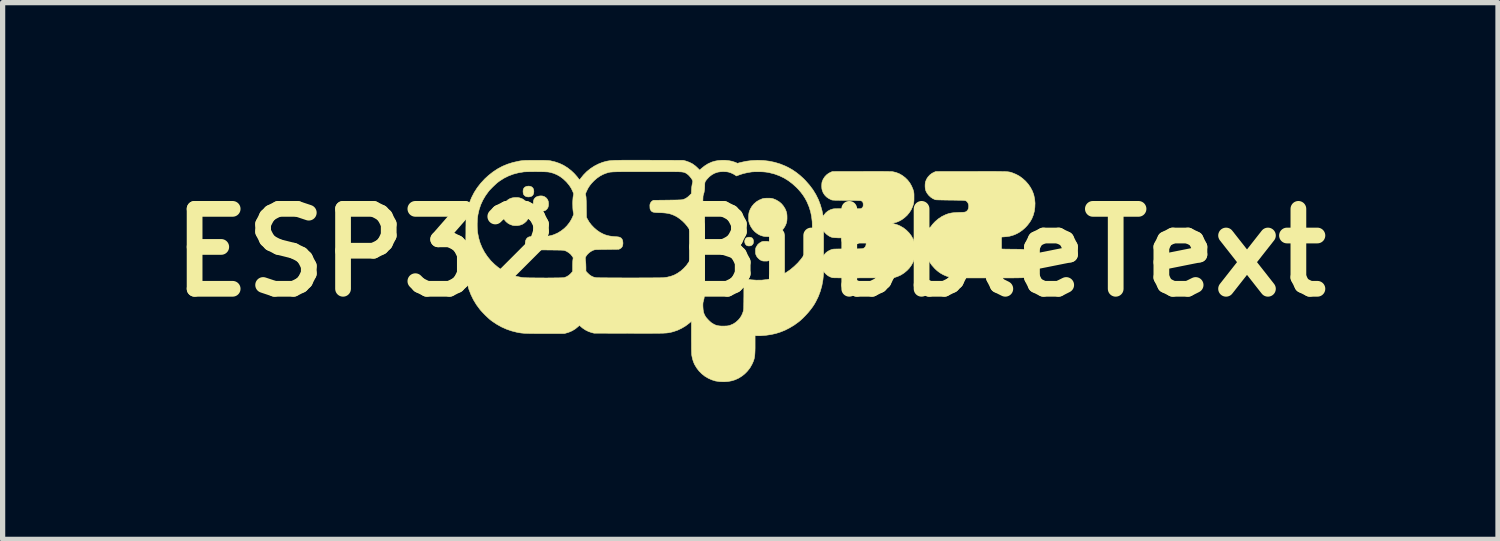
<source format=kicad_pcb>
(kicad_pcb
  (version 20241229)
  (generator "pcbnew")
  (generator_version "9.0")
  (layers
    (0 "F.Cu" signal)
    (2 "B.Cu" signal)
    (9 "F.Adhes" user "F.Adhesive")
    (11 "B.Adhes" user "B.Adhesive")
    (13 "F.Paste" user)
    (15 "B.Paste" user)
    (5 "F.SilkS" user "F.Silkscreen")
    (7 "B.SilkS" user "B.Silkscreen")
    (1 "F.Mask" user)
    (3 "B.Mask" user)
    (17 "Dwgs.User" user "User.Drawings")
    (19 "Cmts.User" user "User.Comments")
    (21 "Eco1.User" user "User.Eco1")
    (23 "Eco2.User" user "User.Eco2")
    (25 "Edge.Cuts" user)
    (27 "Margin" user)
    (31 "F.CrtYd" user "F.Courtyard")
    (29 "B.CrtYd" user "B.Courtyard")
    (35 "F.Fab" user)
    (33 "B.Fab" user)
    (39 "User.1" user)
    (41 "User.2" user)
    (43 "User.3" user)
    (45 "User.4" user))
  (footprint "ESP32__BubbleText"
    (layer "F.Cu")
    (at 11.256 1.767)
    (property "Reference" "ESP32__BubbleText" (at 0 0 0) (layer "F.SilkS") (effects (font (size 1.524 1.524) (thickness 0.3))))
    (attr through_hole)
    (fp_poly (pts (xy 0.009 -0.291) (xy 0.033 -0.28) (xy 0.049 -0.262) (xy 0.059 -0.236) (xy 0.061 -0.21) (xy 0.057 -0.179) (xy 0.045 -0.156) (xy 0.026 -0.139) (xy -0.000081 -0.129) (xy -0.026 -0.127) (xy -0.048 -0.129) (xy -0.065 -0.135) (xy -0.072 -0.139) (xy -0.09 -0.157) (xy -0.102 -0.181) (xy -0.107 -0.208) (xy -0.104 -0.237) (xy -0.096 -0.257) (xy -0.082 -0.277) (xy -0.06 -0.289) (xy -0.031 -0.294) (xy -0.021 -0.295) (xy 0.009 -0.291)) (stroke (width 0.01) (type solid)) (fill yes) (layer "F.SilkS"))
    (fp_poly (pts (xy -4.206 -1.267) (xy -4.179 -1.259) (xy -4.157 -1.245) (xy -4.141 -1.226) (xy -4.141 -1.225) (xy -4.13 -1.196) (xy -4.127 -1.166) (xy -4.13 -1.135) (xy -4.139 -1.109) (xy -4.152 -1.089) (xy -4.174 -1.074) (xy -4.201 -1.065) (xy -4.231 -1.062) (xy -4.26 -1.065) (xy -4.28 -1.071) (xy -4.304 -1.087) (xy -4.321 -1.107) (xy -4.33 -1.134) (xy -4.333 -1.167) (xy -4.33 -1.201) (xy -4.318 -1.228) (xy -4.3 -1.248) (xy -4.273 -1.261) (xy -4.268 -1.263) (xy -4.237 -1.268) (xy -4.206 -1.267)) (stroke (width 0.01) (type solid)) (fill yes) (layer "F.SilkS"))
    (fp_poly (pts (xy -3.969 -1.081) (xy -3.938 -1.073) (xy -3.921 -1.065) (xy -3.889 -1.042) (xy -3.867 -1.014) (xy -3.853 -0.981) (xy -3.847 -0.944) (xy -3.848 -0.903) (xy -3.856 -0.866) (xy -3.872 -0.837) (xy -3.895 -0.813) (xy -3.916 -0.801) (xy -3.938 -0.794) (xy -3.967 -0.79) (xy -3.997 -0.789) (xy -4.025 -0.791) (xy -4.045 -0.794) (xy -4.077 -0.807) (xy -4.102 -0.826) (xy -4.12 -0.851) (xy -4.123 -0.857) (xy -4.13 -0.872) (xy -4.134 -0.885) (xy -4.137 -0.9) (xy -4.138 -0.919) (xy -4.138 -0.937) (xy -4.136 -0.974) (xy -4.13 -1.003) (xy -4.119 -1.026) (xy -4.102 -1.045) (xy -4.095 -1.052) (xy -4.07 -1.067) (xy -4.038 -1.077) (xy -4.004 -1.082) (xy -3.969 -1.081)) (stroke (width 0.01) (type solid)) (fill yes) (layer "F.SilkS"))
    (fp_poly (pts (xy -4.428 -1.05) (xy -4.394 -1.043) (xy -4.361 -1.032) (xy -4.338 -1.021) (xy -4.297 -0.993) (xy -4.263 -0.959) (xy -4.235 -0.921) (xy -4.216 -0.878) (xy -4.203 -0.832) (xy -4.199 -0.786) (xy -4.202 -0.738) (xy -4.214 -0.692) (xy -4.234 -0.649) (xy -4.262 -0.609) (xy -4.271 -0.598) (xy -4.308 -0.565) (xy -4.347 -0.54) (xy -4.389 -0.525) (xy -4.436 -0.516) (xy -4.453 -0.515) (xy -4.488 -0.515) (xy -4.519 -0.518) (xy -4.529 -0.52) (xy -4.577 -0.536) (xy -4.619 -0.559) (xy -4.656 -0.589) (xy -4.686 -0.624) (xy -4.71 -0.664) (xy -4.726 -0.707) (xy -4.736 -0.751) (xy -4.738 -0.797) (xy -4.732 -0.843) (xy -4.718 -0.888) (xy -4.696 -0.931) (xy -4.665 -0.97) (xy -4.66 -0.975) (xy -4.622 -1.007) (xy -4.583 -1.03) (xy -4.54 -1.044) (xy -4.491 -1.051) (xy -4.468 -1.051) (xy -4.428 -1.05)) (stroke (width 0.01) (type solid)) (fill yes) (layer "F.SilkS"))
    (fp_poly (pts (xy 0.312 -0.216) (xy 0.33 -0.214) (xy 0.345 -0.211) (xy 0.359 -0.206) (xy 0.369 -0.202) (xy 0.403 -0.181) (xy 0.433 -0.152) (xy 0.457 -0.119) (xy 0.461 -0.112) (xy 0.467 -0.098) (xy 0.471 -0.087) (xy 0.474 -0.073) (xy 0.475 -0.056) (xy 0.475 -0.031) (xy 0.475 -0.028) (xy 0.475 -0.002) (xy 0.474 0.016) (xy 0.471 0.03) (xy 0.467 0.042) (xy 0.461 0.056) (xy 0.461 0.057) (xy 0.449 0.078) (xy 0.433 0.098) (xy 0.424 0.109) (xy 0.406 0.124) (xy 0.384 0.139) (xy 0.372 0.146) (xy 0.356 0.153) (xy 0.341 0.157) (xy 0.324 0.16) (xy 0.301 0.161) (xy 0.295 0.161) (xy 0.265 0.161) (xy 0.24 0.159) (xy 0.225 0.155) (xy 0.189 0.139) (xy 0.157 0.113) (xy 0.129 0.082) (xy 0.113 0.053) (xy 0.107 0.038) (xy 0.102 0.024) (xy 0.1 0.008) (xy 0.099 -0.012) (xy 0.099 -0.028) (xy 0.099 -0.052) (xy 0.101 -0.07) (xy 0.103 -0.084) (xy 0.108 -0.097) (xy 0.116 -0.113) (xy 0.139 -0.15) (xy 0.171 -0.18) (xy 0.207 -0.202) (xy 0.222 -0.209) (xy 0.236 -0.213) (xy 0.252 -0.215) (xy 0.273 -0.216) (xy 0.287 -0.216) (xy 0.312 -0.216)) (stroke (width 0.01) (type solid)) (fill yes) (layer "F.SilkS"))
    (fp_poly (pts (xy 0.368 -1.038) (xy 0.39 -1.037) (xy 0.409 -1.034) (xy 0.426 -1.03) (xy 0.443 -1.025) (xy 0.499 -1.001) (xy 0.55 -0.97) (xy 0.596 -0.931) (xy 0.634 -0.885) (xy 0.665 -0.834) (xy 0.682 -0.793) (xy 0.689 -0.772) (xy 0.694 -0.753) (xy 0.697 -0.733) (xy 0.699 -0.709) (xy 0.7 -0.686) (xy 0.7 -0.642) (xy 0.697 -0.605) (xy 0.69 -0.571) (xy 0.678 -0.538) (xy 0.666 -0.511) (xy 0.636 -0.461) (xy 0.599 -0.417) (xy 0.556 -0.378) (xy 0.508 -0.346) (xy 0.456 -0.323) (xy 0.422 -0.313) (xy 0.39 -0.308) (xy 0.353 -0.305) (xy 0.314 -0.306) (xy 0.277 -0.308) (xy 0.245 -0.314) (xy 0.241 -0.315) (xy 0.209 -0.324) (xy 0.182 -0.335) (xy 0.157 -0.348) (xy 0.131 -0.364) (xy 0.085 -0.4) (xy 0.044 -0.445) (xy 0.011 -0.495) (xy -0.015 -0.55) (xy -0.019 -0.563) (xy -0.025 -0.582) (xy -0.029 -0.599) (xy -0.031 -0.617) (xy -0.032 -0.641) (xy -0.033 -0.668) (xy -0.032 -0.709) (xy -0.028 -0.744) (xy -0.022 -0.774) (xy -0.011 -0.805) (xy 0.003 -0.836) (xy 0.033 -0.886) (xy 0.071 -0.931) (xy 0.116 -0.97) (xy 0.167 -1.001) (xy 0.221 -1.024) (xy 0.239 -1.03) (xy 0.259 -1.034) (xy 0.283 -1.037) (xy 0.313 -1.038) (xy 0.338 -1.038) (xy 0.368 -1.038)) (stroke (width 0.01) (type solid)) (fill yes) (layer "F.SilkS"))
    (fp_poly (pts (xy 4.607 -1.549) (xy 4.663 -1.549) (xy 4.713 -1.548) (xy 4.756 -1.548) (xy 4.794 -1.547) (xy 4.826 -1.547) (xy 4.854 -1.546) (xy 4.877 -1.544) (xy 4.897 -1.543) (xy 4.915 -1.541) (xy 4.929 -1.539) (xy 4.942 -1.537) (xy 4.954 -1.535) (xy 4.965 -1.532) (xy 4.976 -1.529) (xy 4.987 -1.525) (xy 4.998 -1.521) (xy 5.067 -1.493) (xy 5.133 -1.457) (xy 5.194 -1.412) (xy 5.25 -1.361) (xy 5.3 -1.304) (xy 5.342 -1.243) (xy 5.377 -1.177) (xy 5.403 -1.109) (xy 5.407 -1.092) (xy 5.422 -1.019) (xy 5.429 -0.943) (xy 5.426 -0.866) (xy 5.416 -0.791) (xy 5.397 -0.719) (xy 5.37 -0.652) (xy 5.366 -0.643) (xy 5.331 -0.584) (xy 5.288 -0.527) (xy 5.239 -0.474) (xy 5.184 -0.426) (xy 5.126 -0.386) (xy 5.09 -0.366) (xy 5.041 -0.343) (xy 4.992 -0.326) (xy 4.942 -0.313) (xy 4.888 -0.305) (xy 4.828 -0.3) (xy 4.797 -0.298) (xy 4.774 -0.296) (xy 4.757 -0.293) (xy 4.744 -0.289) (xy 4.736 -0.285) (xy 4.712 -0.268) (xy 4.695 -0.243) (xy 4.686 -0.212) (xy 4.684 -0.183) (xy 4.687 -0.146) (xy 4.698 -0.117) (xy 4.717 -0.094) (xy 4.736 -0.08) (xy 4.742 -0.077) (xy 4.747 -0.075) (xy 4.754 -0.073) (xy 4.762 -0.072) (xy 4.774 -0.07) (xy 4.79 -0.069) (xy 4.811 -0.069) (xy 4.838 -0.068) (xy 4.872 -0.067) (xy 4.914 -0.067) (xy 4.964 -0.066) (xy 4.986 -0.066) (xy 5.04 -0.065) (xy 5.085 -0.065) (xy 5.122 -0.064) (xy 5.152 -0.064) (xy 5.175 -0.063) (xy 5.193 -0.062) (xy 5.207 -0.061) (xy 5.218 -0.059) (xy 5.227 -0.057) (xy 5.234 -0.055) (xy 5.242 -0.053) (xy 5.245 -0.051) (xy 5.293 -0.027) (xy 5.335 0.004) (xy 5.37 0.041) (xy 5.398 0.083) (xy 5.417 0.129) (xy 5.423 0.152) (xy 5.429 0.187) (xy 5.43 0.219) (xy 5.426 0.253) (xy 5.423 0.267) (xy 5.408 0.315) (xy 5.384 0.36) (xy 5.352 0.4) (xy 5.314 0.433) (xy 5.27 0.459) (xy 5.225 0.476) (xy 5.219 0.477) (xy 5.211 0.478) (xy 5.198 0.478) (xy 5.182 0.479) (xy 5.16 0.48) (xy 5.134 0.48) (xy 5.102 0.481) (xy 5.064 0.481) (xy 5.019 0.482) (xy 4.968 0.482) (xy 4.908 0.482) (xy 4.841 0.482) (xy 4.765 0.482) (xy 4.68 0.482) (xy 4.586 0.482) (xy 4.536 0.482) (xy 4.44 0.482) (xy 4.354 0.482) (xy 4.277 0.482) (xy 4.208 0.482) (xy 4.147 0.482) (xy 4.094 0.482) (xy 4.047 0.481) (xy 4.007 0.481) (xy 3.973 0.481) (xy 3.944 0.48) (xy 3.919 0.48) (xy 3.899 0.479) (xy 3.882 0.478) (xy 3.868 0.478) (xy 3.857 0.477) (xy 3.848 0.476) (xy 3.84 0.475) (xy 3.833 0.473) (xy 3.829 0.473) (xy 3.78 0.461) (xy 3.736 0.446) (xy 3.694 0.428) (xy 3.675 0.419) (xy 3.635 0.397) (xy 3.598 0.372) (xy 3.563 0.345) (xy 3.526 0.311) (xy 3.513 0.298) (xy 3.459 0.237) (xy 3.415 0.174) (xy 3.381 0.108) (xy 3.356 0.04) (xy 3.346 0.004) (xy 3.34 -0.03) (xy 3.335 -0.063) (xy 3.333 -0.099) (xy 3.333 -0.141) (xy 3.334 -0.166) (xy 3.337 -0.219) (xy 3.342 -0.265) (xy 3.351 -0.306) (xy 3.363 -0.346) (xy 3.381 -0.388) (xy 3.391 -0.409) (xy 3.429 -0.478) (xy 3.476 -0.541) (xy 3.53 -0.598) (xy 3.589 -0.647) (xy 3.654 -0.69) (xy 3.723 -0.723) (xy 3.758 -0.736) (xy 3.785 -0.745) (xy 3.811 -0.751) (xy 3.837 -0.756) (xy 3.867 -0.76) (xy 3.901 -0.763) (xy 3.942 -0.765) (xy 3.978 -0.767) (xy 4.015 -0.768) (xy 4.043 -0.769) (xy 4.065 -0.77) (xy 4.08 -0.772) (xy 4.092 -0.773) (xy 4.101 -0.776) (xy 4.108 -0.779) (xy 4.114 -0.782) (xy 4.132 -0.796) (xy 4.147 -0.814) (xy 4.148 -0.815) (xy 4.159 -0.843) (xy 4.164 -0.874) (xy 4.163 -0.906) (xy 4.155 -0.936) (xy 4.141 -0.961) (xy 4.139 -0.964) (xy 4.132 -0.971) (xy 4.126 -0.977) (xy 4.12 -0.982) (xy 4.113 -0.986) (xy 4.103 -0.99) (xy 4.09 -0.993) (xy 4.074 -0.995) (xy 4.053 -0.996) (xy 4.026 -0.998) (xy 3.994 -0.999) (xy 3.954 -0.999) (xy 3.905 -1) (xy 3.849 -1.001) (xy 3.815 -1.001) (xy 3.75 -1.002) (xy 3.693 -1.003) (xy 3.643 -1.004) (xy 3.602 -1.005) (xy 3.569 -1.006) (xy 3.545 -1.007) (xy 3.531 -1.009) (xy 3.528 -1.009) (xy 3.481 -1.03) (xy 3.438 -1.059) (xy 3.401 -1.094) (xy 3.371 -1.133) (xy 3.348 -1.176) (xy 3.343 -1.193) (xy 3.336 -1.222) (xy 3.333 -1.257) (xy 3.333 -1.294) (xy 3.336 -1.328) (xy 3.341 -1.352) (xy 3.36 -1.399) (xy 3.388 -1.443) (xy 3.423 -1.481) (xy 3.465 -1.513) (xy 3.511 -1.536) (xy 3.538 -1.547) (xy 4.203 -1.548) (xy 4.302 -1.548) (xy 4.391 -1.549) (xy 4.472 -1.549) (xy 4.543 -1.549) (xy 4.607 -1.549)) (stroke (width 0.01) (type solid)) (fill yes) (layer "F.SilkS"))
    (fp_poly (pts (xy -2.132 -1.762) (xy -2.043 -1.762) (xy -1.945 -1.762) (xy -1.923 -1.762) (xy -1.278 -1.76) (xy -1.229 -1.747) (xy -1.162 -1.723) (xy -1.101 -1.692) (xy -1.045 -1.651) (xy -1.005 -1.614) (xy -0.965 -1.574) (xy -0.934 -1.603) (xy -0.873 -1.652) (xy -0.807 -1.694) (xy -0.738 -1.725) (xy -0.737 -1.726) (xy -0.677 -1.744) (xy -0.613 -1.756) (xy -0.545 -1.761) (xy -0.477 -1.761) (xy -0.41 -1.754) (xy -0.346 -1.741) (xy -0.288 -1.722) (xy -0.271 -1.715) (xy -0.245 -1.703) (xy -0.19 -1.718) (xy -0.081 -1.742) (xy 0.03 -1.756) (xy 0.14 -1.761) (xy 0.25 -1.757) (xy 0.359 -1.744) (xy 0.465 -1.722) (xy 0.568 -1.691) (xy 0.667 -1.651) (xy 0.721 -1.625) (xy 0.799 -1.581) (xy 0.873 -1.531) (xy 0.944 -1.475) (xy 1.015 -1.411) (xy 1.052 -1.373) (xy 1.127 -1.288) (xy 1.194 -1.199) (xy 1.251 -1.106) (xy 1.299 -1.009) (xy 1.337 -0.908) (xy 1.367 -0.802) (xy 1.382 -0.728) (xy 1.388 -0.691) (xy 1.408 -0.721) (xy 1.44 -0.76) (xy 1.479 -0.792) (xy 1.523 -0.816) (xy 1.568 -0.831) (xy 1.577 -0.833) (xy 1.587 -0.835) (xy 1.6 -0.836) (xy 1.616 -0.837) (xy 1.635 -0.837) (xy 1.66 -0.838) (xy 1.691 -0.838) (xy 1.729 -0.838) (xy 1.774 -0.838) (xy 1.829 -0.837) (xy 1.846 -0.837) (xy 1.895 -0.836) (xy 1.942 -0.836) (xy 1.985 -0.836) (xy 2.023 -0.836) (xy 2.055 -0.837) (xy 2.08 -0.837) (xy 2.097 -0.838) (xy 2.105 -0.839) (xy 2.12 -0.845) (xy 2.134 -0.856) (xy 2.136 -0.859) (xy 2.145 -0.869) (xy 2.149 -0.879) (xy 2.152 -0.894) (xy 2.153 -0.909) (xy 2.152 -0.938) (xy 2.146 -0.96) (xy 2.134 -0.976) (xy 2.122 -0.984) (xy 2.118 -0.986) (xy 2.112 -0.988) (xy 2.104 -0.989) (xy 2.093 -0.991) (xy 2.078 -0.992) (xy 2.059 -0.992) (xy 2.033 -0.993) (xy 2.002 -0.994) (xy 1.963 -0.994) (xy 1.916 -0.995) (xy 1.859 -0.996) (xy 1.836 -0.996) (xy 1.776 -0.996) (xy 1.725 -0.997) (xy 1.682 -0.998) (xy 1.647 -0.998) (xy 1.619 -0.999) (xy 1.597 -1) (xy 1.579 -1.001) (xy 1.566 -1.002) (xy 1.557 -1.004) (xy 1.55 -1.006) (xy 1.546 -1.007) (xy 1.496 -1.032) (xy 1.452 -1.063) (xy 1.417 -1.1) (xy 1.389 -1.143) (xy 1.371 -1.191) (xy 1.369 -1.197) (xy 1.364 -1.223) (xy 1.362 -1.255) (xy 1.362 -1.289) (xy 1.364 -1.321) (xy 1.368 -1.348) (xy 1.37 -1.352) (xy 1.389 -1.399) (xy 1.417 -1.443) (xy 1.452 -1.481) (xy 1.494 -1.513) (xy 1.54 -1.536) (xy 1.567 -1.547) (xy 2.121 -1.548) (xy 2.218 -1.549) (xy 2.305 -1.549) (xy 2.382 -1.549) (xy 2.451 -1.549) (xy 2.51 -1.549) (xy 2.562 -1.548) (xy 2.605 -1.548) (xy 2.641 -1.547) (xy 2.669 -1.547) (xy 2.69 -1.546) (xy 2.705 -1.545) (xy 2.712 -1.544) (xy 2.777 -1.529) (xy 2.839 -1.505) (xy 2.897 -1.472) (xy 2.951 -1.431) (xy 2.999 -1.384) (xy 3.041 -1.33) (xy 3.075 -1.27) (xy 3.102 -1.206) (xy 3.107 -1.19) (xy 3.112 -1.173) (xy 3.116 -1.158) (xy 3.118 -1.142) (xy 3.12 -1.125) (xy 3.121 -1.102) (xy 3.121 -1.073) (xy 3.121 -1.057) (xy 3.121 -1.018) (xy 3.12 -0.987) (xy 3.117 -0.961) (xy 3.113 -0.938) (xy 3.107 -0.914) (xy 3.098 -0.888) (xy 3.093 -0.875) (xy 3.067 -0.817) (xy 3.032 -0.763) (xy 2.99 -0.712) (xy 2.941 -0.667) (xy 2.888 -0.628) (xy 2.831 -0.597) (xy 2.814 -0.59) (xy 2.791 -0.581) (xy 2.765 -0.574) (xy 2.743 -0.568) (xy 2.724 -0.564) (xy 2.71 -0.56) (xy 2.704 -0.556) (xy 2.706 -0.554) (xy 2.713 -0.554) (xy 2.733 -0.551) (xy 2.759 -0.545) (xy 2.789 -0.536) (xy 2.821 -0.524) (xy 2.851 -0.511) (xy 2.857 -0.508) (xy 2.92 -0.472) (xy 2.976 -0.428) (xy 3.026 -0.378) (xy 3.069 -0.322) (xy 3.103 -0.26) (xy 3.128 -0.195) (xy 3.135 -0.173) (xy 3.142 -0.137) (xy 3.146 -0.096) (xy 3.149 -0.051) (xy 3.149 -0.007) (xy 3.146 0.032) (xy 3.145 0.041) (xy 3.129 0.112) (xy 3.105 0.179) (xy 3.071 0.241) (xy 3.029 0.298) (xy 2.99 0.339) (xy 2.933 0.387) (xy 2.872 0.426) (xy 2.806 0.456) (xy 2.766 0.469) (xy 2.725 0.48) (xy 2.159 0.481) (xy 2.056 0.482) (xy 1.962 0.482) (xy 1.879 0.482) (xy 1.806 0.482) (xy 1.742 0.481) (xy 1.689 0.481) (xy 1.645 0.48) (xy 1.611 0.48) (xy 1.587 0.479) (xy 1.572 0.478) (xy 1.568 0.478) (xy 1.524 0.463) (xy 1.481 0.44) (xy 1.443 0.409) (xy 1.417 0.381) (xy 1.399 0.357) (xy 1.395 0.417) (xy 1.384 0.525) (xy 1.364 0.633) (xy 1.334 0.738) (xy 1.296 0.839) (xy 1.248 0.936) (xy 1.223 0.98) (xy 1.189 1.032) (xy 1.148 1.087) (xy 1.102 1.143) (xy 1.052 1.198) (xy 1.002 1.249) (xy 0.953 1.294) (xy 0.92 1.321) (xy 0.837 1.381) (xy 0.749 1.434) (xy 0.659 1.48) (xy 0.568 1.516) (xy 0.484 1.542) (xy 0.393 1.562) (xy 0.297 1.576) (xy 0.201 1.584) (xy 0.149 1.585) (xy 0.091 1.585) (xy 0.091 1.754) (xy 0.091 1.816) (xy 0.09 1.869) (xy 0.088 1.914) (xy 0.085 1.953) (xy 0.081 1.987) (xy 0.075 2.018) (xy 0.067 2.046) (xy 0.057 2.074) (xy 0.045 2.102) (xy 0.031 2.132) (xy 0.03 2.133) (xy -0.007 2.198) (xy -0.053 2.257) (xy -0.105 2.31) (xy -0.163 2.356) (xy -0.226 2.395) (xy -0.293 2.425) (xy -0.351 2.443) (xy -0.425 2.457) (xy -0.503 2.462) (xy -0.586 2.459) (xy -0.592 2.458) (xy -0.665 2.447) (xy -0.735 2.425) (xy -0.802 2.395) (xy -0.866 2.357) (xy -0.924 2.311) (xy -0.977 2.258) (xy -1.023 2.198) (xy -1.062 2.133) (xy -1.064 2.13) (xy -1.079 2.094) (xy -1.094 2.052) (xy -1.106 2.007) (xy -1.115 1.965) (xy -1.115 1.962) (xy -1.117 1.949) (xy -1.118 1.934) (xy -1.119 1.914) (xy -1.12 1.89) (xy -1.121 1.861) (xy -1.122 1.826) (xy -1.122 1.784) (xy -1.122 1.735) (xy -1.123 1.676) (xy -1.123 1.611) (xy -1.123 1.31) (xy -1.16 1.341) (xy -1.232 1.396) (xy -1.309 1.442) (xy -1.389 1.48) (xy -1.473 1.508) (xy -1.524 1.521) (xy -1.538 1.523) (xy -1.551 1.526) (xy -1.565 1.528) (xy -1.581 1.53) (xy -1.597 1.532) (xy -1.616 1.533) (xy -1.638 1.534) (xy -1.663 1.536) (xy -1.692 1.536) (xy -1.726 1.537) (xy -1.764 1.538) (xy -1.809 1.538) (xy -1.859 1.538) (xy -1.916 1.539) (xy -1.98 1.539) (xy -2.053 1.539) (xy -2.133 1.539) (xy -2.223 1.538) (xy -2.322 1.538) (xy -2.327 1.538) (xy -2.979 1.536) (xy -3.022 1.525) (xy -3.085 1.504) (xy -3.145 1.474) (xy -3.2 1.437) (xy -3.235 1.407) (xy -3.257 1.386) (xy -3.281 1.408) (xy -3.337 1.454) (xy -3.396 1.49) (xy -3.461 1.518) (xy -3.494 1.528) (xy -3.543 1.542) (xy -3.922 1.542) (xy -3.996 1.542) (xy -4.061 1.542) (xy -4.118 1.542) (xy -4.167 1.541) (xy -4.209 1.541) (xy -4.246 1.54) (xy -4.277 1.539) (xy -4.305 1.538) (xy -4.329 1.536) (xy -4.351 1.534) (xy -4.371 1.532) (xy -4.391 1.529) (xy -4.411 1.526) (xy -4.432 1.522) (xy -4.455 1.517) (xy -4.46 1.516) (xy -4.554 1.492) (xy -4.649 1.459) (xy -4.741 1.418) (xy -4.831 1.368) (xy -4.917 1.311) (xy -4.961 1.278) (xy -4.987 1.255) (xy -5.018 1.226) (xy -5.052 1.194) (xy -5.085 1.16) (xy -5.117 1.126) (xy -5.145 1.095) (xy -5.158 1.079) (xy -5.223 0.991) (xy -5.28 0.897) (xy -5.327 0.8) (xy -5.366 0.699) (xy -5.395 0.594) (xy -5.407 0.531) (xy -5.41 0.512) (xy -5.413 0.494) (xy -5.415 0.475) (xy -5.417 0.454) (xy -5.419 0.432) (xy -5.421 0.407) (xy -5.422 0.379) (xy -5.423 0.347) (xy -5.424 0.31) (xy -5.424 0.268) (xy -5.425 0.22) (xy -5.425 0.166) (xy -5.425 0.104) (xy -5.425 0.034) (xy -5.425 -0.045) (xy -5.424 -0.133) (xy -5.424 -0.155) (xy -5.424 -0.238) (xy -5.424 -0.312) (xy -5.423 -0.377) (xy -5.423 -0.434) (xy -5.423 -0.483) (xy -5.422 -0.511) (xy -5.207 -0.511) (xy -5.206 -0.465) (xy -5.203 -0.423) (xy -5.2 -0.388) (xy -5.199 -0.382) (xy -5.18 -0.282) (xy -5.152 -0.185) (xy -5.114 -0.094) (xy -5.068 -0.007) (xy -5.012 0.076) (xy -4.948 0.154) (xy -4.875 0.226) (xy -4.809 0.281) (xy -4.73 0.337) (xy -4.645 0.384) (xy -4.555 0.422) (xy -4.461 0.452) (xy -4.363 0.472) (xy -4.343 0.475) (xy -4.328 0.476) (xy -4.304 0.478) (xy -4.272 0.479) (xy -4.234 0.48) (xy -4.19 0.481) (xy -4.142 0.481) (xy -4.09 0.482) (xy -4.035 0.482) (xy -3.979 0.482) (xy -3.922 0.483) (xy -3.866 0.483) (xy -3.811 0.482) (xy -3.759 0.482) (xy -3.71 0.481) (xy -3.666 0.481) (xy -3.627 0.48) (xy -3.595 0.479) (xy -3.57 0.478) (xy -3.554 0.477) (xy -3.548 0.476) (xy -3.501 0.458) (xy -3.458 0.431) (xy -3.419 0.395) (xy -3.41 0.384) (xy -3.388 0.358) (xy -3.388 0.269) (xy -3.388 0.236) (xy -3.387 0.204) (xy -3.386 0.174) (xy -3.384 0.149) (xy -3.383 0.139) (xy -3.379 0.112) (xy -3.145 0.112) (xy -3.145 0.132) (xy -3.141 0.16) (xy -3.14 0.168) (xy -3.138 0.189) (xy -3.136 0.218) (xy -3.135 0.249) (xy -3.134 0.28) (xy -3.134 0.282) (xy -3.134 0.354) (xy -3.104 0.387) (xy -3.066 0.423) (xy -3.027 0.449) (xy -2.986 0.467) (xy -2.939 0.477) (xy -2.934 0.477) (xy -2.923 0.478) (xy -2.902 0.479) (xy -2.873 0.479) (xy -2.837 0.48) (xy -2.793 0.48) (xy -2.743 0.48) (xy -2.687 0.481) (xy -2.627 0.481) (xy -2.563 0.481) (xy -2.497 0.481) (xy -2.427 0.482) (xy -2.357 0.482) (xy -2.285 0.482) (xy -2.214 0.482) (xy -2.144 0.482) (xy -2.075 0.481) (xy -2.009 0.481) (xy -1.946 0.481) (xy -1.888 0.481) (xy -1.834 0.48) (xy -1.786 0.48) (xy -1.744 0.48) (xy -1.709 0.479) (xy -1.683 0.478) (xy -1.665 0.478) (xy -1.66 0.478) (xy -1.585 0.468) (xy -1.515 0.451) (xy -1.45 0.427) (xy -1.39 0.395) (xy -1.326 0.351) (xy -1.268 0.299) (xy -1.216 0.242) (xy -1.172 0.179) (xy -1.143 0.126) (xy -1.123 0.084) (xy -1.123 -0.366) (xy -1.138 -0.399) (xy -1.166 -0.451) (xy -1.202 -0.504) (xy -1.245 -0.555) (xy -1.293 -0.603) (xy -1.344 -0.645) (xy -1.396 -0.681) (xy -1.427 -0.698) (xy -1.465 -0.716) (xy -1.502 -0.73) (xy -1.539 -0.742) (xy -1.579 -0.75) (xy -1.624 -0.756) (xy -1.675 -0.76) (xy -1.725 -0.762) (xy -1.768 -0.763) (xy -1.802 -0.765) (xy -1.829 -0.768) (xy -1.85 -0.772) (xy -1.865 -0.777) (xy -1.878 -0.785) (xy -1.888 -0.794) (xy -1.897 -0.806) (xy -1.898 -0.808) (xy -1.905 -0.82) (xy -1.91 -0.832) (xy -1.913 -0.847) (xy -1.913 -0.853) (xy -0.904 -0.853) (xy -0.904 -0.8) (xy -0.904 -0.755) (xy -0.904 -0.719) (xy -0.904 -0.69) (xy -0.903 -0.667) (xy -0.902 -0.649) (xy -0.901 -0.635) (xy -0.9 -0.624) (xy -0.898 -0.615) (xy -0.896 -0.607) (xy -0.894 -0.602) (xy -0.89 -0.591) (xy -0.887 -0.582) (xy -0.884 -0.572) (xy -0.882 -0.562) (xy -0.879 -0.551) (xy -0.877 -0.538) (xy -0.876 -0.524) (xy -0.874 -0.507) (xy -0.873 -0.486) (xy -0.872 -0.462) (xy -0.871 -0.434) (xy -0.87 -0.401) (xy -0.87 -0.362) (xy -0.87 -0.318) (xy -0.869 -0.267) (xy -0.869 -0.209) (xy -0.869 -0.144) (xy -0.87 -0.07) (xy -0.87 0.013) (xy -0.87 0.104) (xy -0.87 0.168) (xy -0.87 0.264) (xy -0.871 0.35) (xy -0.871 0.428) (xy -0.871 0.496) (xy -0.871 0.557) (xy -0.872 0.611) (xy -0.872 0.658) (xy -0.873 0.699) (xy -0.873 0.734) (xy -0.874 0.765) (xy -0.875 0.79) (xy -0.876 0.812) (xy -0.877 0.831) (xy -0.879 0.847) (xy -0.88 0.861) (xy -0.882 0.874) (xy -0.885 0.885) (xy -0.887 0.896) (xy -0.89 0.907) (xy -0.893 0.919) (xy -0.897 0.933) (xy -0.897 0.933) (xy -0.901 0.949) (xy -0.903 0.967) (xy -0.904 0.989) (xy -0.904 1.018) (xy -0.903 1.037) (xy -0.9 1.081) (xy -0.895 1.118) (xy -0.887 1.151) (xy -0.875 1.181) (xy -0.858 1.213) (xy -0.858 1.213) (xy -0.841 1.238) (xy -0.817 1.265) (xy -0.791 1.293) (xy -0.763 1.319) (xy -0.738 1.34) (xy -0.732 1.343) (xy -0.698 1.364) (xy -0.665 1.38) (xy -0.631 1.39) (xy -0.593 1.397) (xy -0.55 1.4) (xy -0.503 1.4) (xy -0.471 1.399) (xy -0.448 1.398) (xy -0.429 1.396) (xy -0.413 1.393) (xy -0.397 1.389) (xy -0.382 1.384) (xy -0.326 1.36) (xy -0.275 1.327) (xy -0.229 1.285) (xy -0.205 1.258) (xy -0.174 1.213) (xy -0.151 1.167) (xy -0.136 1.123) (xy -0.133 1.115) (xy -0.132 1.106) (xy -0.13 1.097) (xy -0.129 1.086) (xy -0.127 1.072) (xy -0.126 1.055) (xy -0.126 1.033) (xy -0.125 1.006) (xy -0.125 0.973) (xy -0.124 0.934) (xy -0.124 0.886) (xy -0.123 0.829) (xy -0.123 0.788) (xy -0.123 0.726) (xy -0.122 0.673) (xy -0.122 0.629) (xy -0.122 0.592) (xy -0.121 0.563) (xy -0.12 0.54) (xy -0.12 0.523) (xy -0.119 0.51) (xy -0.118 0.502) (xy -0.116 0.497) (xy -0.115 0.495) (xy -0.113 0.495) (xy -0.113 0.495) (xy -0.096 0.499) (xy -0.072 0.504) (xy -0.044 0.509) (xy -0.015 0.514) (xy 0.012 0.517) (xy 0.013 0.518) (xy 0.118 0.525) (xy 0.22 0.524) (xy 0.319 0.513) (xy 0.416 0.493) (xy 0.513 0.463) (xy 0.522 0.459) (xy 0.605 0.423) (xy 0.686 0.378) (xy 0.764 0.324) (xy 0.838 0.262) (xy 0.908 0.194) (xy 0.972 0.119) (xy 1.016 0.057) (xy 1.397 0.057) (xy 1.411 0.037) (xy 1.423 0.023) (xy 1.439 0.006) (xy 1.451 -0.005) (xy 1.477 -0.024) (xy 1.509 -0.042) (xy 1.543 -0.057) (xy 1.574 -0.066) (xy 1.574 -0.066) (xy 1.586 -0.067) (xy 1.606 -0.068) (xy 1.635 -0.069) (xy 1.672 -0.07) (xy 1.716 -0.07) (xy 1.765 -0.071) (xy 1.82 -0.071) (xy 1.86 -0.071) (xy 1.929 -0.071) (xy 1.988 -0.072) (xy 2.037 -0.072) (xy 2.077 -0.073) (xy 2.107 -0.074) (xy 2.128 -0.075) (xy 2.141 -0.077) (xy 2.142 -0.077) (xy 2.169 -0.088) (xy 2.189 -0.107) (xy 2.203 -0.133) (xy 2.209 -0.165) (xy 2.208 -0.191) (xy 2.202 -0.223) (xy 2.19 -0.248) (xy 2.17 -0.266) (xy 2.168 -0.267) (xy 2.164 -0.269) (xy 2.16 -0.271) (xy 2.153 -0.272) (xy 2.145 -0.274) (xy 2.133 -0.275) (xy 2.117 -0.276) (xy 2.097 -0.276) (xy 2.07 -0.277) (xy 2.037 -0.278) (xy 1.997 -0.278) (xy 1.949 -0.279) (xy 1.891 -0.28) (xy 1.869 -0.28) (xy 1.806 -0.28) (xy 1.753 -0.281) (xy 1.707 -0.282) (xy 1.669 -0.282) (xy 1.638 -0.284) (xy 1.612 -0.285) (xy 1.591 -0.287) (xy 1.573 -0.289) (xy 1.559 -0.292) (xy 1.546 -0.296) (xy 1.535 -0.3) (xy 1.523 -0.305) (xy 1.511 -0.311) (xy 1.502 -0.317) (xy 1.477 -0.333) (xy 1.45 -0.354) (xy 1.426 -0.378) (xy 1.408 -0.399) (xy 1.397 -0.414) (xy 1.397 -0.178) (xy 1.397 0.057) (xy 1.016 0.057) (xy 1.026 0.043) (xy 1.072 -0.036) (xy 1.11 -0.121) (xy 1.14 -0.211) (xy 1.163 -0.303) (xy 1.176 -0.398) (xy 1.182 -0.494) (xy 1.18 -0.59) (xy 1.169 -0.686) (xy 1.15 -0.779) (xy 1.122 -0.87) (xy 1.086 -0.956) (xy 1.079 -0.972) (xy 1.044 -1.037) (xy 1.006 -1.096) (xy 0.963 -1.153) (xy 0.914 -1.209) (xy 0.879 -1.245) (xy 0.803 -1.314) (xy 0.725 -1.373) (xy 0.642 -1.424) (xy 0.554 -1.466) (xy 0.461 -1.5) (xy 0.363 -1.525) (xy 0.328 -1.532) (xy 0.296 -1.536) (xy 0.256 -1.54) (xy 0.212 -1.542) (xy 0.165 -1.543) (xy 0.118 -1.543) (xy 0.074 -1.542) (xy 0.034 -1.54) (xy 0.012 -1.537) (xy -0.058 -1.525) (xy -0.129 -1.509) (xy -0.196 -1.488) (xy -0.215 -1.481) (xy -0.265 -1.462) (xy -0.286 -1.477) (xy -0.324 -1.5) (xy -0.367 -1.52) (xy -0.41 -1.534) (xy -0.41 -1.535) (xy -0.444 -1.541) (xy -0.485 -1.544) (xy -0.528 -1.545) (xy -0.57 -1.542) (xy -0.608 -1.537) (xy -0.623 -1.534) (xy -0.679 -1.515) (xy -0.732 -1.486) (xy -0.78 -1.449) (xy -0.821 -1.406) (xy -0.84 -1.383) (xy -0.853 -1.365) (xy -0.861 -1.35) (xy -0.866 -1.334) (xy -0.868 -1.316) (xy -0.869 -1.292) (xy -0.869 -1.277) (xy -0.872 -1.208) (xy -0.882 -1.146) (xy -0.894 -1.105) (xy -0.897 -1.097) (xy -0.899 -1.089) (xy -0.9 -1.08) (xy -0.902 -1.068) (xy -0.902 -1.053) (xy -0.903 -1.033) (xy -0.904 -1.008) (xy -0.904 -0.976) (xy -0.904 -0.937) (xy -0.904 -0.89) (xy -0.904 -0.853) (xy -1.913 -0.853) (xy -1.914 -0.868) (xy -1.914 -0.875) (xy -1.915 -0.898) (xy -1.914 -0.914) (xy -1.911 -0.927) (xy -1.906 -0.941) (xy -1.903 -0.947) (xy -1.89 -0.967) (xy -1.875 -0.982) (xy -1.868 -0.986) (xy -1.847 -0.998) (xy -1.58 -1.001) (xy -1.519 -1.002) (xy -1.468 -1.003) (xy -1.426 -1.003) (xy -1.39 -1.004) (xy -1.362 -1.005) (xy -1.339 -1.006) (xy -1.321 -1.007) (xy -1.307 -1.008) (xy -1.296 -1.01) (xy -1.287 -1.012) (xy -1.283 -1.013) (xy -1.249 -1.025) (xy -1.218 -1.042) (xy -1.188 -1.064) (xy -1.163 -1.087) (xy -1.124 -1.125) (xy -1.121 -1.194) (xy -1.119 -1.229) (xy -1.115 -1.263) (xy -1.11 -1.293) (xy -1.108 -1.305) (xy -1.103 -1.325) (xy -1.099 -1.343) (xy -1.097 -1.355) (xy -1.097 -1.357) (xy -1.101 -1.375) (xy -1.112 -1.397) (xy -1.128 -1.421) (xy -1.148 -1.446) (xy -1.17 -1.471) (xy -1.193 -1.492) (xy -1.217 -1.509) (xy -1.228 -1.516) (xy -1.236 -1.52) (xy -1.243 -1.523) (xy -1.25 -1.527) (xy -1.258 -1.53) (xy -1.266 -1.532) (xy -1.276 -1.534) (xy -1.288 -1.536) (xy -1.302 -1.538) (xy -1.32 -1.54) (xy -1.341 -1.541) (xy -1.366 -1.542) (xy -1.397 -1.542) (xy -1.432 -1.543) (xy -1.473 -1.544) (xy -1.521 -1.544) (xy -1.576 -1.544) (xy -1.638 -1.544) (xy -1.708 -1.544) (xy -1.786 -1.544) (xy -1.874 -1.544) (xy -1.964 -1.544) (xy -2.062 -1.544) (xy -2.15 -1.544) (xy -2.229 -1.544) (xy -2.3 -1.544) (xy -2.362 -1.544) (xy -2.418 -1.544) (xy -2.466 -1.543) (xy -2.509 -1.543) (xy -2.545 -1.542) (xy -2.577 -1.541) (xy -2.604 -1.54) (xy -2.627 -1.539) (xy -2.647 -1.537) (xy -2.664 -1.536) (xy -2.679 -1.534) (xy -2.691 -1.531) (xy -2.703 -1.529) (xy -2.714 -1.526) (xy -2.726 -1.522) (xy -2.737 -1.518) (xy -2.746 -1.516) (xy -2.809 -1.491) (xy -2.868 -1.459) (xy -2.924 -1.42) (xy -2.978 -1.373) (xy -3.024 -1.325) (xy -3.062 -1.278) (xy -3.093 -1.23) (xy -3.119 -1.178) (xy -3.127 -1.161) (xy -3.143 -1.12) (xy -3.136 -1.082) (xy -3.133 -1.067) (xy -3.131 -1.047) (xy -3.13 -1.021) (xy -3.128 -0.987) (xy -3.127 -0.946) (xy -3.126 -0.896) (xy -3.126 -0.859) (xy -3.123 -0.673) (xy -3.108 -0.643) (xy -3.073 -0.583) (xy -3.03 -0.527) (xy -2.98 -0.475) (xy -2.926 -0.428) (xy -2.868 -0.388) (xy -2.807 -0.356) (xy -2.763 -0.338) (xy -2.722 -0.326) (xy -2.683 -0.317) (xy -2.641 -0.311) (xy -2.592 -0.306) (xy -2.578 -0.305) (xy -2.546 -0.303) (xy -2.519 -0.3) (xy -2.499 -0.296) (xy -2.489 -0.293) (xy -2.463 -0.278) (xy -2.445 -0.256) (xy -2.433 -0.227) (xy -2.429 -0.191) (xy -2.428 -0.182) (xy -2.432 -0.145) (xy -2.442 -0.115) (xy -2.459 -0.092) (xy -2.482 -0.076) (xy -2.507 -0.064) (xy -2.735 -0.061) (xy -2.79 -0.06) (xy -2.835 -0.06) (xy -2.872 -0.059) (xy -2.902 -0.058) (xy -2.925 -0.058) (xy -2.944 -0.057) (xy -2.958 -0.055) (xy -2.968 -0.054) (xy -2.977 -0.052) (xy -2.984 -0.05) (xy -2.99 -0.048) (xy -2.991 -0.047) (xy -3.036 -0.025) (xy -3.075 0.003) (xy -3.109 0.036) (xy -3.131 0.067) (xy -3.139 0.082) (xy -3.144 0.096) (xy -3.145 0.112) (xy -3.379 0.112) (xy -3.377 0.097) (xy -3.393 0.072) (xy -3.423 0.033) (xy -3.461 0.001) (xy -3.505 -0.026) (xy -3.531 -0.037) (xy -3.538 -0.039) (xy -3.545 -0.041) (xy -3.552 -0.043) (xy -3.56 -0.044) (xy -3.571 -0.045) (xy -3.585 -0.046) (xy -3.603 -0.047) (xy -3.626 -0.048) (xy -3.654 -0.048) (xy -3.689 -0.049) (xy -3.73 -0.049) (xy -3.78 -0.05) (xy -3.838 -0.05) (xy -3.889 -0.051) (xy -4.215 -0.053) (xy -4.239 -0.069) (xy -4.263 -0.088) (xy -4.279 -0.114) (xy -4.289 -0.146) (xy -4.291 -0.163) (xy -4.29 -0.201) (xy -4.282 -0.235) (xy -4.268 -0.263) (xy -4.246 -0.286) (xy -4.225 -0.298) (xy -4.218 -0.3) (xy -4.21 -0.302) (xy -4.198 -0.304) (xy -4.183 -0.305) (xy -4.163 -0.307) (xy -4.137 -0.308) (xy -4.103 -0.309) (xy -4.062 -0.309) (xy -4.026 -0.31) (xy -3.974 -0.311) (xy -3.93 -0.312) (xy -3.894 -0.314) (xy -3.864 -0.316) (xy -3.839 -0.318) (xy -3.817 -0.322) (xy -3.797 -0.326) (xy -3.777 -0.332) (xy -3.757 -0.338) (xy -3.735 -0.347) (xy -3.733 -0.347) (xy -3.667 -0.377) (xy -3.605 -0.416) (xy -3.546 -0.462) (xy -3.494 -0.514) (xy -3.448 -0.572) (xy -3.41 -0.634) (xy -3.383 -0.692) (xy -3.367 -0.733) (xy -3.377 -0.782) (xy -3.381 -0.813) (xy -3.384 -0.852) (xy -3.385 -0.896) (xy -3.386 -0.941) (xy -3.385 -0.986) (xy -3.382 -1.028) (xy -3.379 -1.063) (xy -3.376 -1.076) (xy -3.368 -1.123) (xy -3.385 -1.166) (xy -3.413 -1.225) (xy -3.451 -1.283) (xy -3.498 -1.34) (xy -3.508 -1.351) (xy -3.566 -1.406) (xy -3.626 -1.451) (xy -3.689 -1.487) (xy -3.755 -1.514) (xy -3.826 -1.533) (xy -3.848 -1.537) (xy -3.865 -1.539) (xy -3.891 -1.54) (xy -3.924 -1.542) (xy -3.963 -1.543) (xy -4.006 -1.544) (xy -4.052 -1.544) (xy -4.099 -1.545) (xy -4.145 -1.544) (xy -4.19 -1.544) (xy -4.231 -1.543) (xy -4.267 -1.542) (xy -4.297 -1.541) (xy -4.319 -1.54) (xy -4.323 -1.539) (xy -4.424 -1.522) (xy -4.519 -1.497) (xy -4.609 -1.463) (xy -4.696 -1.42) (xy -4.779 -1.367) (xy -4.813 -1.342) (xy -4.835 -1.324) (xy -4.86 -1.301) (xy -4.889 -1.274) (xy -4.918 -1.246) (xy -4.946 -1.217) (xy -4.971 -1.191) (xy -4.99 -1.169) (xy -4.99 -1.168) (xy -5.049 -1.087) (xy -5.099 -1.002) (xy -5.14 -0.913) (xy -5.171 -0.82) (xy -5.193 -0.723) (xy -5.199 -0.682) (xy -5.203 -0.646) (xy -5.205 -0.604) (xy -5.207 -0.558) (xy -5.207 -0.511) (xy -5.422 -0.511) (xy -5.422 -0.525) (xy -5.422 -0.562) (xy -5.421 -0.593) (xy -5.421 -0.619) (xy -5.42 -0.641) (xy -5.419 -0.659) (xy -5.418 -0.675) (xy -5.417 -0.688) (xy -5.416 -0.7) (xy -5.414 -0.712) (xy -5.413 -0.723) (xy -5.411 -0.732) (xy -5.388 -0.842) (xy -5.356 -0.947) (xy -5.315 -1.049) (xy -5.265 -1.146) (xy -5.206 -1.238) (xy -5.138 -1.325) (xy -5.061 -1.408) (xy -4.992 -1.471) (xy -4.906 -1.539) (xy -4.818 -1.597) (xy -4.727 -1.646) (xy -4.631 -1.686) (xy -4.53 -1.718) (xy -4.424 -1.742) (xy -4.387 -1.749) (xy -4.369 -1.751) (xy -4.352 -1.754) (xy -4.335 -1.755) (xy -4.317 -1.757) (xy -4.296 -1.758) (xy -4.272 -1.759) (xy -4.242 -1.759) (xy -4.207 -1.76) (xy -4.164 -1.76) (xy -4.113 -1.76) (xy -4.089 -1.76) (xy -4.033 -1.76) (xy -3.986 -1.76) (xy -3.947 -1.76) (xy -3.915 -1.759) (xy -3.889 -1.758) (xy -3.867 -1.757) (xy -3.849 -1.756) (xy -3.834 -1.754) (xy -3.82 -1.752) (xy -3.815 -1.752) (xy -3.725 -1.731) (xy -3.64 -1.702) (xy -3.561 -1.665) (xy -3.487 -1.619) (xy -3.416 -1.564) (xy -3.365 -1.516) (xy -3.344 -1.494) (xy -3.322 -1.469) (xy -3.302 -1.446) (xy -3.287 -1.427) (xy -3.287 -1.426) (xy -3.274 -1.409) (xy -3.264 -1.396) (xy -3.258 -1.389) (xy -3.256 -1.387) (xy -3.252 -1.391) (xy -3.244 -1.401) (xy -3.235 -1.414) (xy -3.18 -1.482) (xy -3.118 -1.545) (xy -3.049 -1.601) (xy -2.976 -1.649) (xy -2.899 -1.689) (xy -2.819 -1.721) (xy -2.743 -1.742) (xy -2.728 -1.745) (xy -2.714 -1.747) (xy -2.699 -1.75) (xy -2.683 -1.752) (xy -2.666 -1.754) (xy -2.646 -1.756) (xy -2.624 -1.757) (xy -2.599 -1.759) (xy -2.57 -1.76) (xy -2.536 -1.76) (xy -2.498 -1.761) (xy -2.454 -1.762) (xy -2.404 -1.762) (xy -2.347 -1.762) (xy -2.283 -1.762) (xy -2.212 -1.762) (xy -2.132 -1.762)) (stroke (width 0.01) (type solid)) (fill yes) (layer "F.SilkS")))
  (gr_rect
    (start -3 -3)
    (end 25.512 7.234)
    (stroke (width 0.1) (type default))
    (fill no)
    (layer "Edge.Cuts")))
</source>
